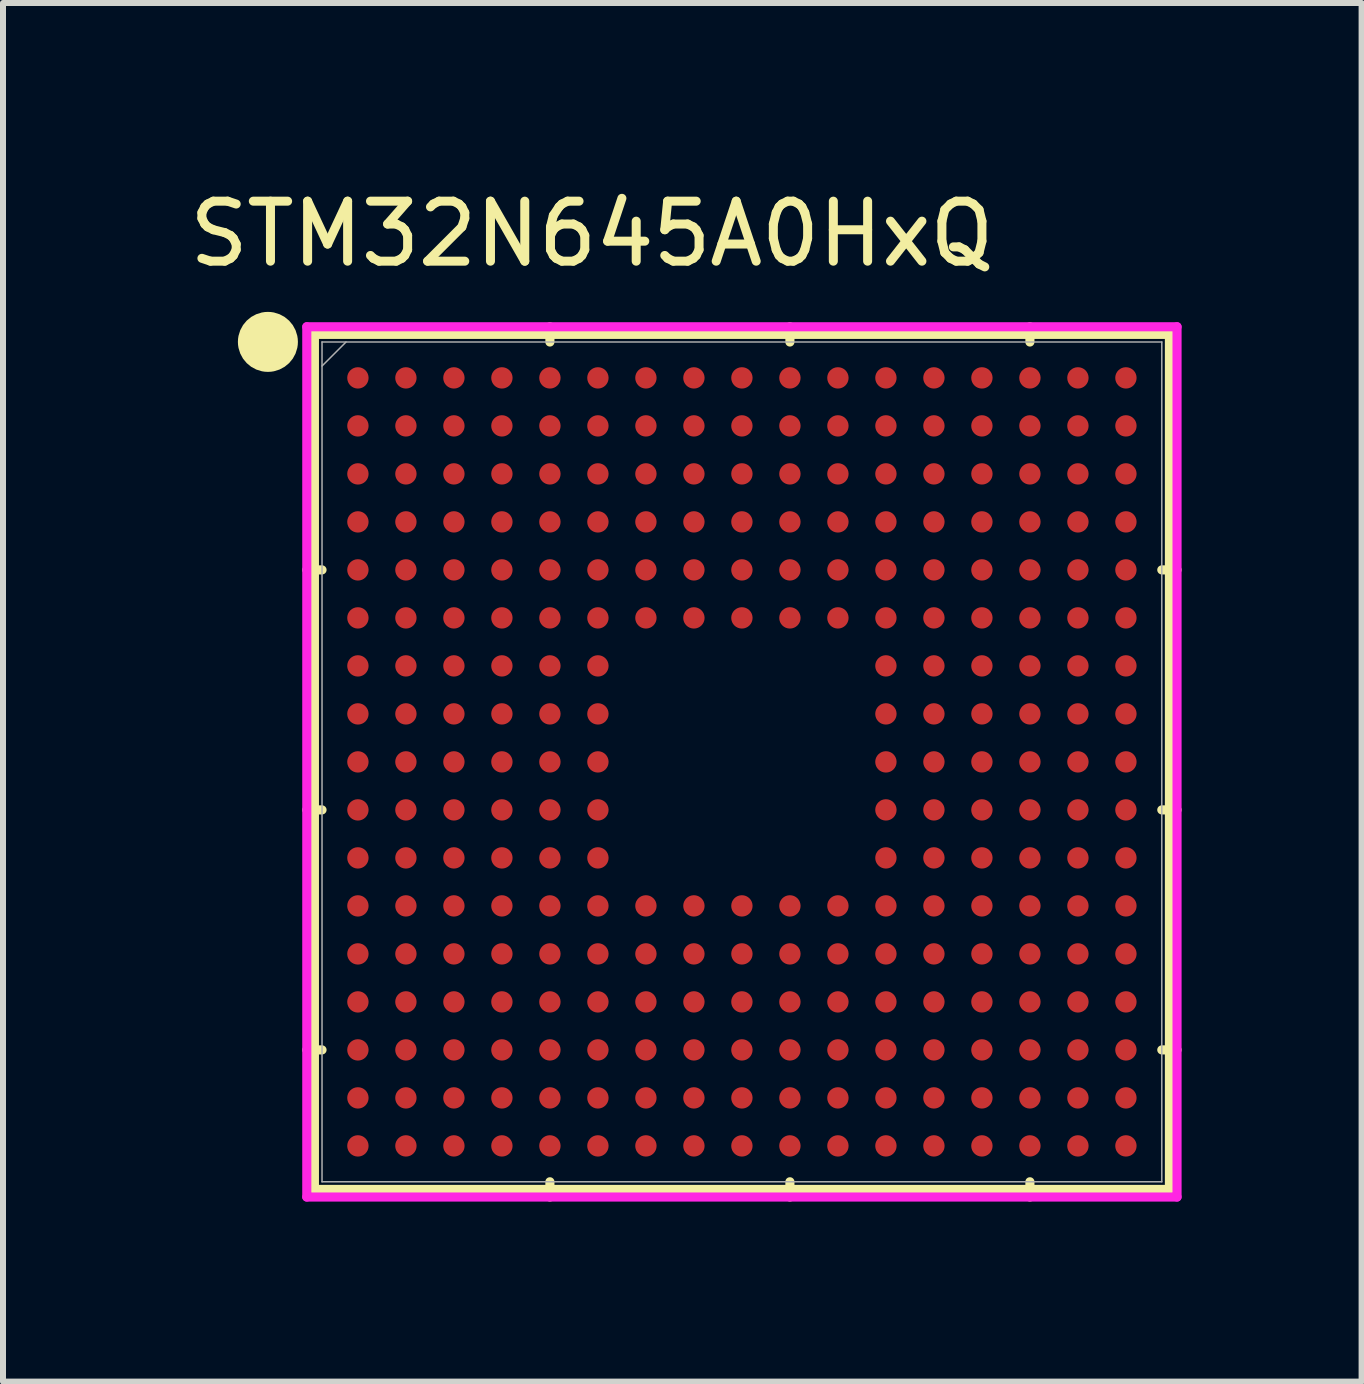
<source format=kicad_pcb>
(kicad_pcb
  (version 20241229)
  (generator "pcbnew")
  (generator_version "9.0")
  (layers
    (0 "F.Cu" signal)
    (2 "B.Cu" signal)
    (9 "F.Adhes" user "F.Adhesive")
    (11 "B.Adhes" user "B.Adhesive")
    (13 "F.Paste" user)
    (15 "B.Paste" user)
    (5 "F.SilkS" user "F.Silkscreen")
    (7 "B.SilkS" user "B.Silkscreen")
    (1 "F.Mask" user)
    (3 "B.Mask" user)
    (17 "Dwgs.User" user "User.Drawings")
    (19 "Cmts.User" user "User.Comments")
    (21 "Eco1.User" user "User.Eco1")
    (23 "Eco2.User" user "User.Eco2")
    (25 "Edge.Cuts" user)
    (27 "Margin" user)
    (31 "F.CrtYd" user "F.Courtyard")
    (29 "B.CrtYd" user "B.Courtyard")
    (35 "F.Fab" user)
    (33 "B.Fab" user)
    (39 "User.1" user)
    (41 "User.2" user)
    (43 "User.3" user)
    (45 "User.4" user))
  (footprint "STM32N645A0HxQ"
    (layer "F.Cu")
    (at 9.315 9.648)
    (property "Reference" "STM32N645A0HxQ" (at -2.5 -8.8 0) (unlocked yes) (layer "F.SilkS") (effects (font (size 1 1) (thickness 0.15))))
    (attr smd)
    (fp_line (start -7.125 -7.125) (end -7.125 7.125) (stroke (width 0.152) (type solid)) (layer "F.SilkS"))
    (fp_line (start -7.125 7.125) (end 7.125 7.125) (stroke (width 0.152) (type solid)) (layer "F.SilkS"))
    (fp_line (start -6.998 -3.2) (end -7.252 -3.2) (stroke (width 0.152) (type solid)) (layer "F.SilkS"))
    (fp_line (start -6.998 0.8) (end -7.252 0.8) (stroke (width 0.152) (type solid)) (layer "F.SilkS"))
    (fp_line (start -6.998 4.8) (end -7.252 4.8) (stroke (width 0.152) (type solid)) (layer "F.SilkS"))
    (fp_line (start -3.2 -6.998) (end -3.2 -7.252) (stroke (width 0.152) (type solid)) (layer "F.SilkS"))
    (fp_line (start -3.2 6.998) (end -3.2 7.252) (stroke (width 0.152) (type solid)) (layer "F.SilkS"))
    (fp_line (start 0.8 -6.998) (end 0.8 -7.252) (stroke (width 0.152) (type solid)) (layer "F.SilkS"))
    (fp_line (start 0.8 6.998) (end 0.8 7.252) (stroke (width 0.152) (type solid)) (layer "F.SilkS"))
    (fp_line (start 4.8 -6.998) (end 4.8 -7.252) (stroke (width 0.152) (type solid)) (layer "F.SilkS"))
    (fp_line (start 4.8 6.998) (end 4.8 7.252) (stroke (width 0.152) (type solid)) (layer "F.SilkS"))
    (fp_line (start 6.998 -3.2) (end 7.252 -3.2) (stroke (width 0.152) (type solid)) (layer "F.SilkS"))
    (fp_line (start 6.998 0.8) (end 7.252 0.8) (stroke (width 0.152) (type solid)) (layer "F.SilkS"))
    (fp_line (start 6.998 4.8) (end 7.252 4.8) (stroke (width 0.152) (type solid)) (layer "F.SilkS"))
    (fp_line (start 7.125 -7.125) (end -7.125 -7.125) (stroke (width 0.152) (type solid)) (layer "F.SilkS"))
    (fp_line (start 7.125 7.125) (end 7.125 -7.125) (stroke (width 0.152) (type solid)) (layer "F.SilkS"))
    (fp_circle (center -7.9 -7) (end -7.9 -7) (stroke (width 0.5) (type default)) (fill no) (layer "F.SilkS"))
    (fp_line (start -7.252 -7.252) (end 7.252 -7.252) (stroke (width 0.152) (type solid)) (layer "F.CrtYd"))
    (fp_line (start -7.252 7.252) (end -7.252 -7.252) (stroke (width 0.152) (type solid)) (layer "F.CrtYd"))
    (fp_line (start 7.252 -7.252) (end 7.252 7.252) (stroke (width 0.152) (type solid)) (layer "F.CrtYd"))
    (fp_line (start 7.252 7.252) (end -7.252 7.252) (stroke (width 0.152) (type solid)) (layer "F.CrtYd"))
    (fp_line (start -6.998 -6.998) (end -6.998 6.998) (stroke (width 0.025) (type solid)) (layer "F.Fab"))
    (fp_line (start -6.998 6.998) (end 6.998 6.998) (stroke (width 0.025) (type solid)) (layer "F.Fab"))
    (fp_line (start -6.598 -6.998) (end -6.998 -6.598) (stroke (width 0.025) (type solid)) (layer "F.Fab"))
    (fp_line (start 6.998 -6.998) (end -6.998 -6.998) (stroke (width 0.025) (type solid)) (layer "F.Fab"))
    (fp_line (start 6.998 6.998) (end 6.998 -6.998) (stroke (width 0.025) (type solid)) (layer "F.Fab"))
    (pad "A1" smd circle (at -6.4 -6.4) (size 0.356 0.356) (layers "F.Cu" "F.Mask" "F.Paste"))
    (pad "A2" smd circle (at -5.6 -6.4) (size 0.356 0.356) (layers "F.Cu" "F.Mask" "F.Paste"))
    (pad "A3" smd circle (at -4.8 -6.4) (size 0.356 0.356) (layers "F.Cu" "F.Mask" "F.Paste"))
    (pad "A4" smd circle (at -4 -6.4) (size 0.356 0.356) (layers "F.Cu" "F.Mask" "F.Paste"))
    (pad "A5" smd circle (at -3.2 -6.4) (size 0.356 0.356) (layers "F.Cu" "F.Mask" "F.Paste"))
    (pad "A6" smd circle (at -2.4 -6.4) (size 0.356 0.356) (layers "F.Cu" "F.Mask" "F.Paste"))
    (pad "A7" smd circle (at -1.6 -6.4) (size 0.356 0.356) (layers "F.Cu" "F.Mask" "F.Paste"))
    (pad "A8" smd circle (at -0.8 -6.4) (size 0.356 0.356) (layers "F.Cu" "F.Mask" "F.Paste"))
    (pad "A9" smd circle (at 0 -6.4) (size 0.356 0.356) (layers "F.Cu" "F.Mask" "F.Paste"))
    (pad "A10" smd circle (at 0.8 -6.4) (size 0.356 0.356) (layers "F.Cu" "F.Mask" "F.Paste"))
    (pad "A11" smd circle (at 1.6 -6.4) (size 0.356 0.356) (layers "F.Cu" "F.Mask" "F.Paste"))
    (pad "A12" smd circle (at 2.4 -6.4) (size 0.356 0.356) (layers "F.Cu" "F.Mask" "F.Paste"))
    (pad "A13" smd circle (at 3.2 -6.4) (size 0.356 0.356) (layers "F.Cu" "F.Mask" "F.Paste"))
    (pad "A14" smd circle (at 4 -6.4) (size 0.356 0.356) (layers "F.Cu" "F.Mask" "F.Paste"))
    (pad "A15" smd circle (at 4.8 -6.4) (size 0.356 0.356) (layers "F.Cu" "F.Mask" "F.Paste"))
    (pad "A16" smd circle (at 5.6 -6.4) (size 0.356 0.356) (layers "F.Cu" "F.Mask" "F.Paste"))
    (pad "A17" smd circle (at 6.4 -6.4) (size 0.356 0.356) (layers "F.Cu" "F.Mask" "F.Paste"))
    (pad "B1" smd circle (at -6.4 -5.6) (size 0.356 0.356) (layers "F.Cu" "F.Mask" "F.Paste"))
    (pad "B2" smd circle (at -5.6 -5.6) (size 0.356 0.356) (layers "F.Cu" "F.Mask" "F.Paste"))
    (pad "B3" smd circle (at -4.8 -5.6) (size 0.356 0.356) (layers "F.Cu" "F.Mask" "F.Paste"))
    (pad "B4" smd circle (at -4 -5.6) (size 0.356 0.356) (layers "F.Cu" "F.Mask" "F.Paste"))
    (pad "B5" smd circle (at -3.2 -5.6) (size 0.356 0.356) (layers "F.Cu" "F.Mask" "F.Paste"))
    (pad "B6" smd circle (at -2.4 -5.6) (size 0.356 0.356) (layers "F.Cu" "F.Mask" "F.Paste"))
    (pad "B7" smd circle (at -1.6 -5.6) (size 0.356 0.356) (layers "F.Cu" "F.Mask" "F.Paste"))
    (pad "B8" smd circle (at -0.8 -5.6) (size 0.356 0.356) (layers "F.Cu" "F.Mask" "F.Paste"))
    (pad "B9" smd circle (at 0 -5.6) (size 0.356 0.356) (layers "F.Cu" "F.Mask" "F.Paste"))
    (pad "B10" smd circle (at 0.8 -5.6) (size 0.356 0.356) (layers "F.Cu" "F.Mask" "F.Paste"))
    (pad "B11" smd circle (at 1.6 -5.6) (size 0.356 0.356) (layers "F.Cu" "F.Mask" "F.Paste"))
    (pad "B12" smd circle (at 2.4 -5.6) (size 0.356 0.356) (layers "F.Cu" "F.Mask" "F.Paste"))
    (pad "B13" smd circle (at 3.2 -5.6) (size 0.356 0.356) (layers "F.Cu" "F.Mask" "F.Paste"))
    (pad "B14" smd circle (at 4 -5.6) (size 0.356 0.356) (layers "F.Cu" "F.Mask" "F.Paste"))
    (pad "B15" smd circle (at 4.8 -5.6) (size 0.356 0.356) (layers "F.Cu" "F.Mask" "F.Paste"))
    (pad "B16" smd circle (at 5.6 -5.6) (size 0.356 0.356) (layers "F.Cu" "F.Mask" "F.Paste"))
    (pad "B17" smd circle (at 6.4 -5.6) (size 0.356 0.356) (layers "F.Cu" "F.Mask" "F.Paste"))
    (pad "C1" smd circle (at -6.4 -4.8) (size 0.356 0.356) (layers "F.Cu" "F.Mask" "F.Paste"))
    (pad "C2" smd circle (at -5.6 -4.8) (size 0.356 0.356) (layers "F.Cu" "F.Mask" "F.Paste"))
    (pad "C3" smd circle (at -4.8 -4.8) (size 0.356 0.356) (layers "F.Cu" "F.Mask" "F.Paste"))
    (pad "C4" smd circle (at -4 -4.8) (size 0.356 0.356) (layers "F.Cu" "F.Mask" "F.Paste"))
    (pad "C5" smd circle (at -3.2 -4.8) (size 0.356 0.356) (layers "F.Cu" "F.Mask" "F.Paste"))
    (pad "C6" smd circle (at -2.4 -4.8) (size 0.356 0.356) (layers "F.Cu" "F.Mask" "F.Paste"))
    (pad "C7" smd circle (at -1.6 -4.8) (size 0.356 0.356) (layers "F.Cu" "F.Mask" "F.Paste"))
    (pad "C8" smd circle (at -0.8 -4.8) (size 0.356 0.356) (layers "F.Cu" "F.Mask" "F.Paste"))
    (pad "C9" smd circle (at 0 -4.8) (size 0.356 0.356) (layers "F.Cu" "F.Mask" "F.Paste"))
    (pad "C10" smd circle (at 0.8 -4.8) (size 0.356 0.356) (layers "F.Cu" "F.Mask" "F.Paste"))
    (pad "C11" smd circle (at 1.6 -4.8) (size 0.356 0.356) (layers "F.Cu" "F.Mask" "F.Paste"))
    (pad "C12" smd circle (at 2.4 -4.8) (size 0.356 0.356) (layers "F.Cu" "F.Mask" "F.Paste"))
    (pad "C13" smd circle (at 3.2 -4.8) (size 0.356 0.356) (layers "F.Cu" "F.Mask" "F.Paste"))
    (pad "C14" smd circle (at 4 -4.8) (size 0.356 0.356) (layers "F.Cu" "F.Mask" "F.Paste"))
    (pad "C15" smd circle (at 4.8 -4.8) (size 0.356 0.356) (layers "F.Cu" "F.Mask" "F.Paste"))
    (pad "C16" smd circle (at 5.6 -4.8) (size 0.356 0.356) (layers "F.Cu" "F.Mask" "F.Paste"))
    (pad "C17" smd circle (at 6.4 -4.8) (size 0.356 0.356) (layers "F.Cu" "F.Mask" "F.Paste"))
    (pad "D1" smd circle (at -6.4 -4) (size 0.356 0.356) (layers "F.Cu" "F.Mask" "F.Paste"))
    (pad "D2" smd circle (at -5.6 -4) (size 0.356 0.356) (layers "F.Cu" "F.Mask" "F.Paste"))
    (pad "D3" smd circle (at -4.8 -4) (size 0.356 0.356) (layers "F.Cu" "F.Mask" "F.Paste"))
    (pad "D4" smd circle (at -4 -4) (size 0.356 0.356) (layers "F.Cu" "F.Mask" "F.Paste"))
    (pad "D5" smd circle (at -3.2 -4) (size 0.356 0.356) (layers "F.Cu" "F.Mask" "F.Paste"))
    (pad "D6" smd circle (at -2.4 -4) (size 0.356 0.356) (layers "F.Cu" "F.Mask" "F.Paste"))
    (pad "D7" smd circle (at -1.6 -4) (size 0.356 0.356) (layers "F.Cu" "F.Mask" "F.Paste"))
    (pad "D8" smd circle (at -0.8 -4) (size 0.356 0.356) (layers "F.Cu" "F.Mask" "F.Paste"))
    (pad "D9" smd circle (at 0 -4) (size 0.356 0.356) (layers "F.Cu" "F.Mask" "F.Paste"))
    (pad "D10" smd circle (at 0.8 -4) (size 0.356 0.356) (layers "F.Cu" "F.Mask" "F.Paste"))
    (pad "D11" smd circle (at 1.6 -4) (size 0.356 0.356) (layers "F.Cu" "F.Mask" "F.Paste"))
    (pad "D12" smd circle (at 2.4 -4) (size 0.356 0.356) (layers "F.Cu" "F.Mask" "F.Paste"))
    (pad "D13" smd circle (at 3.2 -4) (size 0.356 0.356) (layers "F.Cu" "F.Mask" "F.Paste"))
    (pad "D14" smd circle (at 4 -4) (size 0.356 0.356) (layers "F.Cu" "F.Mask" "F.Paste"))
    (pad "D15" smd circle (at 4.8 -4) (size 0.356 0.356) (layers "F.Cu" "F.Mask" "F.Paste"))
    (pad "D16" smd circle (at 5.6 -4) (size 0.356 0.356) (layers "F.Cu" "F.Mask" "F.Paste"))
    (pad "D17" smd circle (at 6.4 -4) (size 0.356 0.356) (layers "F.Cu" "F.Mask" "F.Paste"))
    (pad "E1" smd circle (at -6.4 -3.2) (size 0.356 0.356) (layers "F.Cu" "F.Mask" "F.Paste"))
    (pad "E2" smd circle (at -5.6 -3.2) (size 0.356 0.356) (layers "F.Cu" "F.Mask" "F.Paste"))
    (pad "E3" smd circle (at -4.8 -3.2) (size 0.356 0.356) (layers "F.Cu" "F.Mask" "F.Paste"))
    (pad "E4" smd circle (at -4 -3.2) (size 0.356 0.356) (layers "F.Cu" "F.Mask" "F.Paste"))
    (pad "E5" smd circle (at -3.2 -3.2) (size 0.356 0.356) (layers "F.Cu" "F.Mask" "F.Paste"))
    (pad "E6" smd circle (at -2.4 -3.2) (size 0.356 0.356) (layers "F.Cu" "F.Mask" "F.Paste"))
    (pad "E7" smd circle (at -1.6 -3.2) (size 0.356 0.356) (layers "F.Cu" "F.Mask" "F.Paste"))
    (pad "E8" smd circle (at -0.8 -3.2) (size 0.356 0.356) (layers "F.Cu" "F.Mask" "F.Paste"))
    (pad "E9" smd circle (at 0 -3.2) (size 0.356 0.356) (layers "F.Cu" "F.Mask" "F.Paste"))
    (pad "E10" smd circle (at 0.8 -3.2) (size 0.356 0.356) (layers "F.Cu" "F.Mask" "F.Paste"))
    (pad "E11" smd circle (at 1.6 -3.2) (size 0.356 0.356) (layers "F.Cu" "F.Mask" "F.Paste"))
    (pad "E12" smd circle (at 2.4 -3.2) (size 0.356 0.356) (layers "F.Cu" "F.Mask" "F.Paste"))
    (pad "E13" smd circle (at 3.2 -3.2) (size 0.356 0.356) (layers "F.Cu" "F.Mask" "F.Paste"))
    (pad "E14" smd circle (at 4 -3.2) (size 0.356 0.356) (layers "F.Cu" "F.Mask" "F.Paste"))
    (pad "E15" smd circle (at 4.8 -3.2) (size 0.356 0.356) (layers "F.Cu" "F.Mask" "F.Paste"))
    (pad "E16" smd circle (at 5.6 -3.2) (size 0.356 0.356) (layers "F.Cu" "F.Mask" "F.Paste"))
    (pad "E17" smd circle (at 6.4 -3.2) (size 0.356 0.356) (layers "F.Cu" "F.Mask" "F.Paste"))
    (pad "F1" smd circle (at -6.4 -2.4) (size 0.356 0.356) (layers "F.Cu" "F.Mask" "F.Paste"))
    (pad "F2" smd circle (at -5.6 -2.4) (size 0.356 0.356) (layers "F.Cu" "F.Mask" "F.Paste"))
    (pad "F3" smd circle (at -4.8 -2.4) (size 0.356 0.356) (layers "F.Cu" "F.Mask" "F.Paste"))
    (pad "F4" smd circle (at -4 -2.4) (size 0.356 0.356) (layers "F.Cu" "F.Mask" "F.Paste"))
    (pad "F5" smd circle (at -3.2 -2.4) (size 0.356 0.356) (layers "F.Cu" "F.Mask" "F.Paste"))
    (pad "F6" smd circle (at -2.4 -2.4) (size 0.356 0.356) (layers "F.Cu" "F.Mask" "F.Paste"))
    (pad "F7" smd circle (at -1.6 -2.4) (size 0.356 0.356) (layers "F.Cu" "F.Mask" "F.Paste"))
    (pad "F8" smd circle (at -0.8 -2.4) (size 0.356 0.356) (layers "F.Cu" "F.Mask" "F.Paste"))
    (pad "F9" smd circle (at 0 -2.4) (size 0.356 0.356) (layers "F.Cu" "F.Mask" "F.Paste"))
    (pad "F10" smd circle (at 0.8 -2.4) (size 0.356 0.356) (layers "F.Cu" "F.Mask" "F.Paste"))
    (pad "F11" smd circle (at 1.6 -2.4) (size 0.356 0.356) (layers "F.Cu" "F.Mask" "F.Paste"))
    (pad "F12" smd circle (at 2.4 -2.4) (size 0.356 0.356) (layers "F.Cu" "F.Mask" "F.Paste"))
    (pad "F13" smd circle (at 3.2 -2.4) (size 0.356 0.356) (layers "F.Cu" "F.Mask" "F.Paste"))
    (pad "F14" smd circle (at 4 -2.4) (size 0.356 0.356) (layers "F.Cu" "F.Mask" "F.Paste"))
    (pad "F15" smd circle (at 4.8 -2.4) (size 0.356 0.356) (layers "F.Cu" "F.Mask" "F.Paste"))
    (pad "F16" smd circle (at 5.6 -2.4) (size 0.356 0.356) (layers "F.Cu" "F.Mask" "F.Paste"))
    (pad "F17" smd circle (at 6.4 -2.4) (size 0.356 0.356) (layers "F.Cu" "F.Mask" "F.Paste"))
    (pad "G1" smd circle (at -6.4 -1.6) (size 0.356 0.356) (layers "F.Cu" "F.Mask" "F.Paste"))
    (pad "G2" smd circle (at -5.6 -1.6) (size 0.356 0.356) (layers "F.Cu" "F.Mask" "F.Paste"))
    (pad "G3" smd circle (at -4.8 -1.6) (size 0.356 0.356) (layers "F.Cu" "F.Mask" "F.Paste"))
    (pad "G4" smd circle (at -4 -1.6) (size 0.356 0.356) (layers "F.Cu" "F.Mask" "F.Paste"))
    (pad "G5" smd circle (at -3.2 -1.6) (size 0.356 0.356) (layers "F.Cu" "F.Mask" "F.Paste"))
    (pad "G6" smd circle (at -2.4 -1.6) (size 0.356 0.356) (layers "F.Cu" "F.Mask" "F.Paste"))
    (pad "G12" smd circle (at 2.4 -1.6) (size 0.356 0.356) (layers "F.Cu" "F.Mask" "F.Paste"))
    (pad "G13" smd circle (at 3.2 -1.6) (size 0.356 0.356) (layers "F.Cu" "F.Mask" "F.Paste"))
    (pad "G14" smd circle (at 4 -1.6) (size 0.356 0.356) (layers "F.Cu" "F.Mask" "F.Paste"))
    (pad "G15" smd circle (at 4.8 -1.6) (size 0.356 0.356) (layers "F.Cu" "F.Mask" "F.Paste"))
    (pad "G16" smd circle (at 5.6 -1.6) (size 0.356 0.356) (layers "F.Cu" "F.Mask" "F.Paste"))
    (pad "G17" smd circle (at 6.4 -1.6) (size 0.356 0.356) (layers "F.Cu" "F.Mask" "F.Paste"))
    (pad "H1" smd circle (at -6.4 -0.8) (size 0.356 0.356) (layers "F.Cu" "F.Mask" "F.Paste"))
    (pad "H2" smd circle (at -5.6 -0.8) (size 0.356 0.356) (layers "F.Cu" "F.Mask" "F.Paste"))
    (pad "H3" smd circle (at -4.8 -0.8) (size 0.356 0.356) (layers "F.Cu" "F.Mask" "F.Paste"))
    (pad "H4" smd circle (at -4 -0.8) (size 0.356 0.356) (layers "F.Cu" "F.Mask" "F.Paste"))
    (pad "H5" smd circle (at -3.2 -0.8) (size 0.356 0.356) (layers "F.Cu" "F.Mask" "F.Paste"))
    (pad "H6" smd circle (at -2.4 -0.8) (size 0.356 0.356) (layers "F.Cu" "F.Mask" "F.Paste"))
    (pad "H12" smd circle (at 2.4 -0.8) (size 0.356 0.356) (layers "F.Cu" "F.Mask" "F.Paste"))
    (pad "H13" smd circle (at 3.2 -0.8) (size 0.356 0.356) (layers "F.Cu" "F.Mask" "F.Paste"))
    (pad "H14" smd circle (at 4 -0.8) (size 0.356 0.356) (layers "F.Cu" "F.Mask" "F.Paste"))
    (pad "H15" smd circle (at 4.8 -0.8) (size 0.356 0.356) (layers "F.Cu" "F.Mask" "F.Paste"))
    (pad "H16" smd circle (at 5.6 -0.8) (size 0.356 0.356) (layers "F.Cu" "F.Mask" "F.Paste"))
    (pad "H17" smd circle (at 6.4 -0.8) (size 0.356 0.356) (layers "F.Cu" "F.Mask" "F.Paste"))
    (pad "J1" smd circle (at -6.4 0) (size 0.356 0.356) (layers "F.Cu" "F.Mask" "F.Paste"))
    (pad "J2" smd circle (at -5.6 0) (size 0.356 0.356) (layers "F.Cu" "F.Mask" "F.Paste"))
    (pad "J3" smd circle (at -4.8 0) (size 0.356 0.356) (layers "F.Cu" "F.Mask" "F.Paste"))
    (pad "J4" smd circle (at -4 0) (size 0.356 0.356) (layers "F.Cu" "F.Mask" "F.Paste"))
    (pad "J5" smd circle (at -3.2 0) (size 0.356 0.356) (layers "F.Cu" "F.Mask" "F.Paste"))
    (pad "J6" smd circle (at -2.4 0) (size 0.356 0.356) (layers "F.Cu" "F.Mask" "F.Paste"))
    (pad "J12" smd circle (at 2.4 0) (size 0.356 0.356) (layers "F.Cu" "F.Mask" "F.Paste"))
    (pad "J13" smd circle (at 3.2 0) (size 0.356 0.356) (layers "F.Cu" "F.Mask" "F.Paste"))
    (pad "J14" smd circle (at 4 0) (size 0.356 0.356) (layers "F.Cu" "F.Mask" "F.Paste"))
    (pad "J15" smd circle (at 4.8 0) (size 0.356 0.356) (layers "F.Cu" "F.Mask" "F.Paste"))
    (pad "J16" smd circle (at 5.6 0) (size 0.356 0.356) (layers "F.Cu" "F.Mask" "F.Paste"))
    (pad "J17" smd circle (at 6.4 0) (size 0.356 0.356) (layers "F.Cu" "F.Mask" "F.Paste"))
    (pad "K1" smd circle (at -6.4 0.8) (size 0.356 0.356) (layers "F.Cu" "F.Mask" "F.Paste"))
    (pad "K2" smd circle (at -5.6 0.8) (size 0.356 0.356) (layers "F.Cu" "F.Mask" "F.Paste"))
    (pad "K3" smd circle (at -4.8 0.8) (size 0.356 0.356) (layers "F.Cu" "F.Mask" "F.Paste"))
    (pad "K4" smd circle (at -4 0.8) (size 0.356 0.356) (layers "F.Cu" "F.Mask" "F.Paste"))
    (pad "K5" smd circle (at -3.2 0.8) (size 0.356 0.356) (layers "F.Cu" "F.Mask" "F.Paste"))
    (pad "K6" smd circle (at -2.4 0.8) (size 0.356 0.356) (layers "F.Cu" "F.Mask" "F.Paste"))
    (pad "K12" smd circle (at 2.4 0.8) (size 0.356 0.356) (layers "F.Cu" "F.Mask" "F.Paste"))
    (pad "K13" smd circle (at 3.2 0.8) (size 0.356 0.356) (layers "F.Cu" "F.Mask" "F.Paste"))
    (pad "K14" smd circle (at 4 0.8) (size 0.356 0.356) (layers "F.Cu" "F.Mask" "F.Paste"))
    (pad "K15" smd circle (at 4.8 0.8) (size 0.356 0.356) (layers "F.Cu" "F.Mask" "F.Paste"))
    (pad "K16" smd circle (at 5.6 0.8) (size 0.356 0.356) (layers "F.Cu" "F.Mask" "F.Paste"))
    (pad "K17" smd circle (at 6.4 0.8) (size 0.356 0.356) (layers "F.Cu" "F.Mask" "F.Paste"))
    (pad "L1" smd circle (at -6.4 1.6) (size 0.356 0.356) (layers "F.Cu" "F.Mask" "F.Paste"))
    (pad "L2" smd circle (at -5.6 1.6) (size 0.356 0.356) (layers "F.Cu" "F.Mask" "F.Paste"))
    (pad "L3" smd circle (at -4.8 1.6) (size 0.356 0.356) (layers "F.Cu" "F.Mask" "F.Paste"))
    (pad "L4" smd circle (at -4 1.6) (size 0.356 0.356) (layers "F.Cu" "F.Mask" "F.Paste"))
    (pad "L5" smd circle (at -3.2 1.6) (size 0.356 0.356) (layers "F.Cu" "F.Mask" "F.Paste"))
    (pad "L6" smd circle (at -2.4 1.6) (size 0.356 0.356) (layers "F.Cu" "F.Mask" "F.Paste"))
    (pad "L12" smd circle (at 2.4 1.6) (size 0.356 0.356) (layers "F.Cu" "F.Mask" "F.Paste"))
    (pad "L13" smd circle (at 3.2 1.6) (size 0.356 0.356) (layers "F.Cu" "F.Mask" "F.Paste"))
    (pad "L14" smd circle (at 4 1.6) (size 0.356 0.356) (layers "F.Cu" "F.Mask" "F.Paste"))
    (pad "L15" smd circle (at 4.8 1.6) (size 0.356 0.356) (layers "F.Cu" "F.Mask" "F.Paste"))
    (pad "L16" smd circle (at 5.6 1.6) (size 0.356 0.356) (layers "F.Cu" "F.Mask" "F.Paste"))
    (pad "L17" smd circle (at 6.4 1.6) (size 0.356 0.356) (layers "F.Cu" "F.Mask" "F.Paste"))
    (pad "M1" smd circle (at -6.4 2.4) (size 0.356 0.356) (layers "F.Cu" "F.Mask" "F.Paste"))
    (pad "M2" smd circle (at -5.6 2.4) (size 0.356 0.356) (layers "F.Cu" "F.Mask" "F.Paste"))
    (pad "M3" smd circle (at -4.8 2.4) (size 0.356 0.356) (layers "F.Cu" "F.Mask" "F.Paste"))
    (pad "M4" smd circle (at -4 2.4) (size 0.356 0.356) (layers "F.Cu" "F.Mask" "F.Paste"))
    (pad "M5" smd circle (at -3.2 2.4) (size 0.356 0.356) (layers "F.Cu" "F.Mask" "F.Paste"))
    (pad "M6" smd circle (at -2.4 2.4) (size 0.356 0.356) (layers "F.Cu" "F.Mask" "F.Paste"))
    (pad "M7" smd circle (at -1.6 2.4) (size 0.356 0.356) (layers "F.Cu" "F.Mask" "F.Paste"))
    (pad "M8" smd circle (at -0.8 2.4) (size 0.356 0.356) (layers "F.Cu" "F.Mask" "F.Paste"))
    (pad "M9" smd circle (at 0 2.4) (size 0.356 0.356) (layers "F.Cu" "F.Mask" "F.Paste"))
    (pad "M10" smd circle (at 0.8 2.4) (size 0.356 0.356) (layers "F.Cu" "F.Mask" "F.Paste"))
    (pad "M11" smd circle (at 1.6 2.4) (size 0.356 0.356) (layers "F.Cu" "F.Mask" "F.Paste"))
    (pad "M12" smd circle (at 2.4 2.4) (size 0.356 0.356) (layers "F.Cu" "F.Mask" "F.Paste"))
    (pad "M13" smd circle (at 3.2 2.4) (size 0.356 0.356) (layers "F.Cu" "F.Mask" "F.Paste"))
    (pad "M14" smd circle (at 4 2.4) (size 0.356 0.356) (layers "F.Cu" "F.Mask" "F.Paste"))
    (pad "M15" smd circle (at 4.8 2.4) (size 0.356 0.356) (layers "F.Cu" "F.Mask" "F.Paste"))
    (pad "M16" smd circle (at 5.6 2.4) (size 0.356 0.356) (layers "F.Cu" "F.Mask" "F.Paste"))
    (pad "M17" smd circle (at 6.4 2.4) (size 0.356 0.356) (layers "F.Cu" "F.Mask" "F.Paste"))
    (pad "N1" smd circle (at -6.4 3.2) (size 0.356 0.356) (layers "F.Cu" "F.Mask" "F.Paste"))
    (pad "N2" smd circle (at -5.6 3.2) (size 0.356 0.356) (layers "F.Cu" "F.Mask" "F.Paste"))
    (pad "N3" smd circle (at -4.8 3.2) (size 0.356 0.356) (layers "F.Cu" "F.Mask" "F.Paste"))
    (pad "N4" smd circle (at -4 3.2) (size 0.356 0.356) (layers "F.Cu" "F.Mask" "F.Paste"))
    (pad "N5" smd circle (at -3.2 3.2) (size 0.356 0.356) (layers "F.Cu" "F.Mask" "F.Paste"))
    (pad "N6" smd circle (at -2.4 3.2) (size 0.356 0.356) (layers "F.Cu" "F.Mask" "F.Paste"))
    (pad "N7" smd circle (at -1.6 3.2) (size 0.356 0.356) (layers "F.Cu" "F.Mask" "F.Paste"))
    (pad "N8" smd circle (at -0.8 3.2) (size 0.356 0.356) (layers "F.Cu" "F.Mask" "F.Paste"))
    (pad "N9" smd circle (at 0 3.2) (size 0.356 0.356) (layers "F.Cu" "F.Mask" "F.Paste"))
    (pad "N10" smd circle (at 0.8 3.2) (size 0.356 0.356) (layers "F.Cu" "F.Mask" "F.Paste"))
    (pad "N11" smd circle (at 1.6 3.2) (size 0.356 0.356) (layers "F.Cu" "F.Mask" "F.Paste"))
    (pad "N12" smd circle (at 2.4 3.2) (size 0.356 0.356) (layers "F.Cu" "F.Mask" "F.Paste"))
    (pad "N13" smd circle (at 3.2 3.2) (size 0.356 0.356) (layers "F.Cu" "F.Mask" "F.Paste"))
    (pad "N14" smd circle (at 4 3.2) (size 0.356 0.356) (layers "F.Cu" "F.Mask" "F.Paste"))
    (pad "N15" smd circle (at 4.8 3.2) (size 0.356 0.356) (layers "F.Cu" "F.Mask" "F.Paste"))
    (pad "N16" smd circle (at 5.6 3.2) (size 0.356 0.356) (layers "F.Cu" "F.Mask" "F.Paste"))
    (pad "N17" smd circle (at 6.4 3.2) (size 0.356 0.356) (layers "F.Cu" "F.Mask" "F.Paste"))
    (pad "P1" smd circle (at -6.4 4) (size 0.356 0.356) (layers "F.Cu" "F.Mask" "F.Paste"))
    (pad "P2" smd circle (at -5.6 4) (size 0.356 0.356) (layers "F.Cu" "F.Mask" "F.Paste"))
    (pad "P3" smd circle (at -4.8 4) (size 0.356 0.356) (layers "F.Cu" "F.Mask" "F.Paste"))
    (pad "P4" smd circle (at -4 4) (size 0.356 0.356) (layers "F.Cu" "F.Mask" "F.Paste"))
    (pad "P5" smd circle (at -3.2 4) (size 0.356 0.356) (layers "F.Cu" "F.Mask" "F.Paste"))
    (pad "P6" smd circle (at -2.4 4) (size 0.356 0.356) (layers "F.Cu" "F.Mask" "F.Paste"))
    (pad "P7" smd circle (at -1.6 4) (size 0.356 0.356) (layers "F.Cu" "F.Mask" "F.Paste"))
    (pad "P8" smd circle (at -0.8 4) (size 0.356 0.356) (layers "F.Cu" "F.Mask" "F.Paste"))
    (pad "P9" smd circle (at 0 4) (size 0.356 0.356) (layers "F.Cu" "F.Mask" "F.Paste"))
    (pad "P10" smd circle (at 0.8 4) (size 0.356 0.356) (layers "F.Cu" "F.Mask" "F.Paste"))
    (pad "P11" smd circle (at 1.6 4) (size 0.356 0.356) (layers "F.Cu" "F.Mask" "F.Paste"))
    (pad "P12" smd circle (at 2.4 4) (size 0.356 0.356) (layers "F.Cu" "F.Mask" "F.Paste"))
    (pad "P13" smd circle (at 3.2 4) (size 0.356 0.356) (layers "F.Cu" "F.Mask" "F.Paste"))
    (pad "P14" smd circle (at 4 4) (size 0.356 0.356) (layers "F.Cu" "F.Mask" "F.Paste"))
    (pad "P15" smd circle (at 4.8 4) (size 0.356 0.356) (layers "F.Cu" "F.Mask" "F.Paste"))
    (pad "P16" smd circle (at 5.6 4) (size 0.356 0.356) (layers "F.Cu" "F.Mask" "F.Paste"))
    (pad "P17" smd circle (at 6.4 4) (size 0.356 0.356) (layers "F.Cu" "F.Mask" "F.Paste"))
    (pad "R1" smd circle (at -6.4 4.8) (size 0.356 0.356) (layers "F.Cu" "F.Mask" "F.Paste"))
    (pad "R2" smd circle (at -5.6 4.8) (size 0.356 0.356) (layers "F.Cu" "F.Mask" "F.Paste"))
    (pad "R3" smd circle (at -4.8 4.8) (size 0.356 0.356) (layers "F.Cu" "F.Mask" "F.Paste"))
    (pad "R4" smd circle (at -4 4.8) (size 0.356 0.356) (layers "F.Cu" "F.Mask" "F.Paste"))
    (pad "R5" smd circle (at -3.2 4.8) (size 0.356 0.356) (layers "F.Cu" "F.Mask" "F.Paste"))
    (pad "R6" smd circle (at -2.4 4.8) (size 0.356 0.356) (layers "F.Cu" "F.Mask" "F.Paste"))
    (pad "R7" smd circle (at -1.6 4.8) (size 0.356 0.356) (layers "F.Cu" "F.Mask" "F.Paste"))
    (pad "R8" smd circle (at -0.8 4.8) (size 0.356 0.356) (layers "F.Cu" "F.Mask" "F.Paste"))
    (pad "R9" smd circle (at 0 4.8) (size 0.356 0.356) (layers "F.Cu" "F.Mask" "F.Paste"))
    (pad "R10" smd circle (at 0.8 4.8) (size 0.356 0.356) (layers "F.Cu" "F.Mask" "F.Paste"))
    (pad "R11" smd circle (at 1.6 4.8) (size 0.356 0.356) (layers "F.Cu" "F.Mask" "F.Paste"))
    (pad "R12" smd circle (at 2.4 4.8) (size 0.356 0.356) (layers "F.Cu" "F.Mask" "F.Paste"))
    (pad "R13" smd circle (at 3.2 4.8) (size 0.356 0.356) (layers "F.Cu" "F.Mask" "F.Paste"))
    (pad "R14" smd circle (at 4 4.8) (size 0.356 0.356) (layers "F.Cu" "F.Mask" "F.Paste"))
    (pad "R15" smd circle (at 4.8 4.8) (size 0.356 0.356) (layers "F.Cu" "F.Mask" "F.Paste"))
    (pad "R16" smd circle (at 5.6 4.8) (size 0.356 0.356) (layers "F.Cu" "F.Mask" "F.Paste"))
    (pad "R17" smd circle (at 6.4 4.8) (size 0.356 0.356) (layers "F.Cu" "F.Mask" "F.Paste"))
    (pad "T1" smd circle (at -6.4 5.6) (size 0.356 0.356) (layers "F.Cu" "F.Mask" "F.Paste"))
    (pad "T2" smd circle (at -5.6 5.6) (size 0.356 0.356) (layers "F.Cu" "F.Mask" "F.Paste"))
    (pad "T3" smd circle (at -4.8 5.6) (size 0.356 0.356) (layers "F.Cu" "F.Mask" "F.Paste"))
    (pad "T4" smd circle (at -4 5.6) (size 0.356 0.356) (layers "F.Cu" "F.Mask" "F.Paste"))
    (pad "T5" smd circle (at -3.2 5.6) (size 0.356 0.356) (layers "F.Cu" "F.Mask" "F.Paste"))
    (pad "T6" smd circle (at -2.4 5.6) (size 0.356 0.356) (layers "F.Cu" "F.Mask" "F.Paste"))
    (pad "T7" smd circle (at -1.6 5.6) (size 0.356 0.356) (layers "F.Cu" "F.Mask" "F.Paste"))
    (pad "T8" smd circle (at -0.8 5.6) (size 0.356 0.356) (layers "F.Cu" "F.Mask" "F.Paste"))
    (pad "T9" smd circle (at 0 5.6) (size 0.356 0.356) (layers "F.Cu" "F.Mask" "F.Paste"))
    (pad "T10" smd circle (at 0.8 5.6) (size 0.356 0.356) (layers "F.Cu" "F.Mask" "F.Paste"))
    (pad "T11" smd circle (at 1.6 5.6) (size 0.356 0.356) (layers "F.Cu" "F.Mask" "F.Paste"))
    (pad "T12" smd circle (at 2.4 5.6) (size 0.356 0.356) (layers "F.Cu" "F.Mask" "F.Paste"))
    (pad "T13" smd circle (at 3.2 5.6) (size 0.356 0.356) (layers "F.Cu" "F.Mask" "F.Paste"))
    (pad "T14" smd circle (at 4 5.6) (size 0.356 0.356) (layers "F.Cu" "F.Mask" "F.Paste"))
    (pad "T15" smd circle (at 4.8 5.6) (size 0.356 0.356) (layers "F.Cu" "F.Mask" "F.Paste"))
    (pad "T16" smd circle (at 5.6 5.6) (size 0.356 0.356) (layers "F.Cu" "F.Mask" "F.Paste"))
    (pad "T17" smd circle (at 6.4 5.6) (size 0.356 0.356) (layers "F.Cu" "F.Mask" "F.Paste"))
    (pad "U1" smd circle (at -6.4 6.4) (size 0.356 0.356) (layers "F.Cu" "F.Mask" "F.Paste"))
    (pad "U2" smd circle (at -5.6 6.4) (size 0.356 0.356) (layers "F.Cu" "F.Mask" "F.Paste"))
    (pad "U3" smd circle (at -4.8 6.4) (size 0.356 0.356) (layers "F.Cu" "F.Mask" "F.Paste"))
    (pad "U4" smd circle (at -4 6.4) (size 0.356 0.356) (layers "F.Cu" "F.Mask" "F.Paste"))
    (pad "U5" smd circle (at -3.2 6.4) (size 0.356 0.356) (layers "F.Cu" "F.Mask" "F.Paste"))
    (pad "U6" smd circle (at -2.4 6.4) (size 0.356 0.356) (layers "F.Cu" "F.Mask" "F.Paste"))
    (pad "U7" smd circle (at -1.6 6.4) (size 0.356 0.356) (layers "F.Cu" "F.Mask" "F.Paste"))
    (pad "U8" smd circle (at -0.8 6.4) (size 0.356 0.356) (layers "F.Cu" "F.Mask" "F.Paste"))
    (pad "U9" smd circle (at 0 6.4) (size 0.356 0.356) (layers "F.Cu" "F.Mask" "F.Paste"))
    (pad "U10" smd circle (at 0.8 6.4) (size 0.356 0.356) (layers "F.Cu" "F.Mask" "F.Paste"))
    (pad "U11" smd circle (at 1.6 6.4) (size 0.356 0.356) (layers "F.Cu" "F.Mask" "F.Paste"))
    (pad "U12" smd circle (at 2.4 6.4) (size 0.356 0.356) (layers "F.Cu" "F.Mask" "F.Paste"))
    (pad "U13" smd circle (at 3.2 6.4) (size 0.356 0.356) (layers "F.Cu" "F.Mask" "F.Paste"))
    (pad "U14" smd circle (at 4 6.4) (size 0.356 0.356) (layers "F.Cu" "F.Mask" "F.Paste"))
    (pad "U15" smd circle (at 4.8 6.4) (size 0.356 0.356) (layers "F.Cu" "F.Mask" "F.Paste"))
    (pad "U16" smd circle (at 5.6 6.4) (size 0.356 0.356) (layers "F.Cu" "F.Mask" "F.Paste"))
    (pad "U17" smd circle (at 6.4 6.4) (size 0.356 0.356) (layers "F.Cu" "F.Mask" "F.Paste")))
  (gr_rect
    (start -3 -3)
    (end 19.643 19.976)
    (stroke (width 0.1) (type default))
    (fill no)
    (layer "Edge.Cuts")))
</source>
